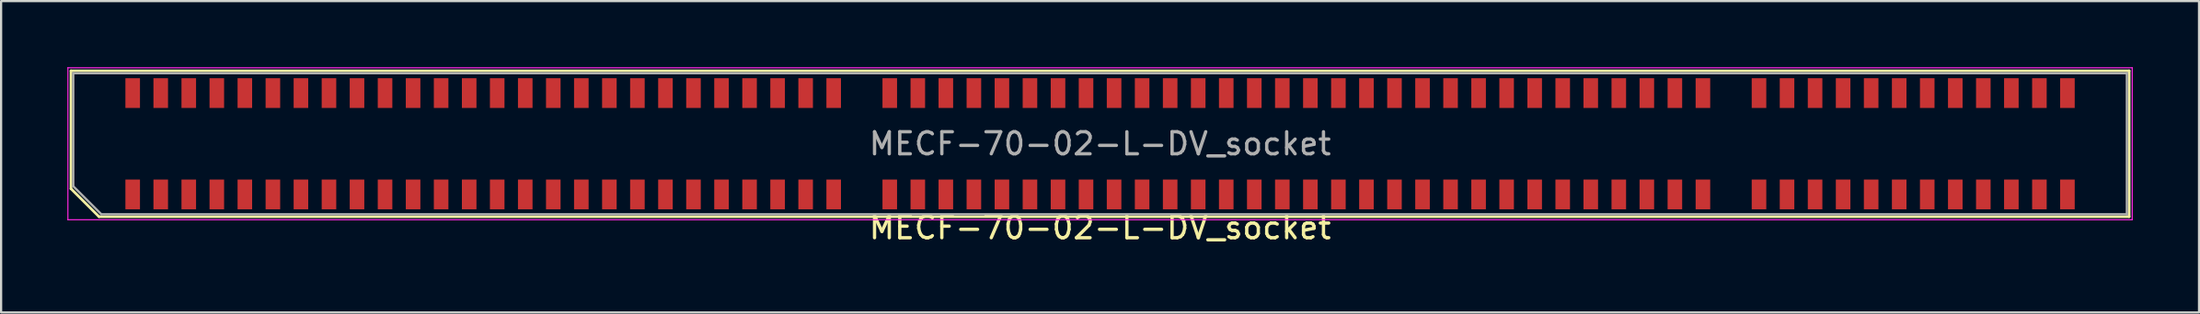
<source format=kicad_pcb>
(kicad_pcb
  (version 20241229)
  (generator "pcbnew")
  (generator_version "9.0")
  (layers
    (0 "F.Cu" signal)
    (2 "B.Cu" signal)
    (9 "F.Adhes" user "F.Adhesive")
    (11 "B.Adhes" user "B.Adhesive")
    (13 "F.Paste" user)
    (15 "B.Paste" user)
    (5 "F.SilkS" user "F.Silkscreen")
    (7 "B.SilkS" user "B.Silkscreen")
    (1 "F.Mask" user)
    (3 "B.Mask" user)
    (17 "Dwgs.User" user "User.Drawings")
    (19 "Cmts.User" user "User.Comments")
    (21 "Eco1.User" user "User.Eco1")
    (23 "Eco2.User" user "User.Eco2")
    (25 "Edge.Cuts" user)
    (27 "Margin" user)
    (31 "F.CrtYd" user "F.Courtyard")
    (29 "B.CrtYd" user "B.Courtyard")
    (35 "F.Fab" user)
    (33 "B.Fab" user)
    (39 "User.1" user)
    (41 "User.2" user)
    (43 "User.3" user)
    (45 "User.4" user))
  (footprint "MECF-70-02-L-DV_socket"
    (layer "F.Cu")
    (at 46.775 3.475)
    (property "Reference" "MECF-70-02-L-DV_socket" (at 0 3.81 0) (layer "F.SilkS") (effects (font (size 1 1) (thickness 0.15))))
    (attr smd)
    (fp_line (start -46.61 -3.31) (end 46.61 -3.31) (stroke (width 0.12) (type solid)) (layer "F.SilkS"))
    (fp_line (start -46.61 2.04) (end -46.61 -3.31) (stroke (width 0.12) (type solid)) (layer "F.SilkS"))
    (fp_line (start -45.34 3.31) (end -46.61 2.04) (stroke (width 0.12) (type solid)) (layer "F.SilkS"))
    (fp_line (start -45.34 3.31) (end 46.61 3.31) (stroke (width 0.12) (type solid)) (layer "F.SilkS"))
    (fp_line (start 46.61 3.31) (end 46.61 -3.31) (stroke (width 0.12) (type solid)) (layer "F.SilkS"))
    (fp_line (start -46.75 -3.45) (end -46.75 3.45) (stroke (width 0.05) (type solid)) (layer "F.CrtYd"))
    (fp_line (start -46.75 3.45) (end 46.75 3.45) (stroke (width 0.05) (type solid)) (layer "F.CrtYd"))
    (fp_line (start 46.75 -3.45) (end -46.75 -3.45) (stroke (width 0.05) (type solid)) (layer "F.CrtYd"))
    (fp_line (start 46.75 3.45) (end 46.75 -3.45) (stroke (width 0.05) (type solid)) (layer "F.CrtYd"))
    (fp_line (start -46.505 -3.2) (end 46.505 -3.2) (stroke (width 0.1) (type solid)) (layer "F.Fab"))
    (fp_line (start -46.505 1.93) (end -46.505 -3.2) (stroke (width 0.1) (type solid)) (layer "F.Fab"))
    (fp_line (start -46.505 1.93) (end -45.235 3.2) (stroke (width 0.1) (type solid)) (layer "F.Fab"))
    (fp_line (start -45.235 3.2) (end 46.505 3.2) (stroke (width 0.1) (type solid)) (layer "F.Fab"))
    (fp_line (start 46.505 3.2) (end 46.505 -3.2) (stroke (width 0.1) (type solid)) (layer "F.Fab"))
    (fp_text user "${REFERENCE}" (at 0 0 0) (layer "F.Fab") (effects (font (size 1 1) (thickness 0.15))))
    (pad "" np_thru_hole circle (at -45.595 0) (size 0.001 0.001) (drill 1.45) (layers "*.Cu" "*.Mask"))
    (pad "" np_thru_hole circle (at 45.595 1) (size 0.001 0.001) (drill 1.45) (layers "*.Cu" "*.Mask"))
    (pad "1" smd rect (at -43.815 2.3) (size 0.66 1.35) (layers "F.Cu" "F.Mask" "F.Paste"))
    (pad "2" smd rect (at -43.815 -2.3) (size 0.66 1.35) (layers "F.Cu" "F.Mask" "F.Paste"))
    (pad "3" smd rect (at -42.545 2.3) (size 0.66 1.35) (layers "F.Cu" "F.Mask" "F.Paste"))
    (pad "4" smd rect (at -42.545 -2.3) (size 0.66 1.35) (layers "F.Cu" "F.Mask" "F.Paste"))
    (pad "5" smd rect (at -41.275 2.3) (size 0.66 1.35) (layers "F.Cu" "F.Mask" "F.Paste"))
    (pad "6" smd rect (at -41.275 -2.3) (size 0.66 1.35) (layers "F.Cu" "F.Mask" "F.Paste"))
    (pad "7" smd rect (at -40.005 2.3) (size 0.66 1.35) (layers "F.Cu" "F.Mask" "F.Paste"))
    (pad "8" smd rect (at -40.005 -2.3) (size 0.66 1.35) (layers "F.Cu" "F.Mask" "F.Paste"))
    (pad "9" smd rect (at -38.735 2.3) (size 0.66 1.35) (layers "F.Cu" "F.Mask" "F.Paste"))
    (pad "10" smd rect (at -38.735 -2.3) (size 0.66 1.35) (layers "F.Cu" "F.Mask" "F.Paste"))
    (pad "11" smd rect (at -37.465 2.3) (size 0.66 1.35) (layers "F.Cu" "F.Mask" "F.Paste"))
    (pad "12" smd rect (at -37.465 -2.3) (size 0.66 1.35) (layers "F.Cu" "F.Mask" "F.Paste"))
    (pad "13" smd rect (at -36.195 2.3) (size 0.66 1.35) (layers "F.Cu" "F.Mask" "F.Paste"))
    (pad "14" smd rect (at -36.195 -2.3) (size 0.66 1.35) (layers "F.Cu" "F.Mask" "F.Paste"))
    (pad "15" smd rect (at -34.925 2.3) (size 0.66 1.35) (layers "F.Cu" "F.Mask" "F.Paste"))
    (pad "16" smd rect (at -34.925 -2.3) (size 0.66 1.35) (layers "F.Cu" "F.Mask" "F.Paste"))
    (pad "17" smd rect (at -33.655 2.3) (size 0.66 1.35) (layers "F.Cu" "F.Mask" "F.Paste"))
    (pad "18" smd rect (at -33.655 -2.3) (size 0.66 1.35) (layers "F.Cu" "F.Mask" "F.Paste"))
    (pad "19" smd rect (at -32.385 2.3) (size 0.66 1.35) (layers "F.Cu" "F.Mask" "F.Paste"))
    (pad "20" smd rect (at -32.385 -2.3) (size 0.66 1.35) (layers "F.Cu" "F.Mask" "F.Paste"))
    (pad "21" smd rect (at -31.115 2.3) (size 0.66 1.35) (layers "F.Cu" "F.Mask" "F.Paste"))
    (pad "22" smd rect (at -31.115 -2.3) (size 0.66 1.35) (layers "F.Cu" "F.Mask" "F.Paste"))
    (pad "23" smd rect (at -29.845 2.3) (size 0.66 1.35) (layers "F.Cu" "F.Mask" "F.Paste"))
    (pad "24" smd rect (at -29.845 -2.3) (size 0.66 1.35) (layers "F.Cu" "F.Mask" "F.Paste"))
    (pad "25" smd rect (at -28.575 2.3) (size 0.66 1.35) (layers "F.Cu" "F.Mask" "F.Paste"))
    (pad "26" smd rect (at -28.575 -2.3) (size 0.66 1.35) (layers "F.Cu" "F.Mask" "F.Paste"))
    (pad "27" smd rect (at -27.305 2.3) (size 0.66 1.35) (layers "F.Cu" "F.Mask" "F.Paste"))
    (pad "28" smd rect (at -27.305 -2.3) (size 0.66 1.35) (layers "F.Cu" "F.Mask" "F.Paste"))
    (pad "29" smd rect (at -26.035 2.3) (size 0.66 1.35) (layers "F.Cu" "F.Mask" "F.Paste"))
    (pad "30" smd rect (at -26.035 -2.3) (size 0.66 1.35) (layers "F.Cu" "F.Mask" "F.Paste"))
    (pad "31" smd rect (at -24.765 2.3) (size 0.66 1.35) (layers "F.Cu" "F.Mask" "F.Paste"))
    (pad "32" smd rect (at -24.765 -2.3) (size 0.66 1.35) (layers "F.Cu" "F.Mask" "F.Paste"))
    (pad "33" smd rect (at -23.495 2.3) (size 0.66 1.35) (layers "F.Cu" "F.Mask" "F.Paste"))
    (pad "34" smd rect (at -23.495 -2.3) (size 0.66 1.35) (layers "F.Cu" "F.Mask" "F.Paste"))
    (pad "35" smd rect (at -22.225 2.3) (size 0.66 1.35) (layers "F.Cu" "F.Mask" "F.Paste"))
    (pad "36" smd rect (at -22.225 -2.3) (size 0.66 1.35) (layers "F.Cu" "F.Mask" "F.Paste"))
    (pad "37" smd rect (at -20.955 2.3) (size 0.66 1.35) (layers "F.Cu" "F.Mask" "F.Paste"))
    (pad "38" smd rect (at -20.955 -2.3) (size 0.66 1.35) (layers "F.Cu" "F.Mask" "F.Paste"))
    (pad "39" smd rect (at -19.685 2.3) (size 0.66 1.35) (layers "F.Cu" "F.Mask" "F.Paste"))
    (pad "40" smd rect (at -19.685 -2.3) (size 0.66 1.35) (layers "F.Cu" "F.Mask" "F.Paste"))
    (pad "41" smd rect (at -18.415 2.3) (size 0.66 1.35) (layers "F.Cu" "F.Mask" "F.Paste"))
    (pad "42" smd rect (at -18.415 -2.3) (size 0.66 1.35) (layers "F.Cu" "F.Mask" "F.Paste"))
    (pad "43" smd rect (at -17.145 2.3) (size 0.66 1.35) (layers "F.Cu" "F.Mask" "F.Paste"))
    (pad "44" smd rect (at -17.145 -2.3) (size 0.66 1.35) (layers "F.Cu" "F.Mask" "F.Paste"))
    (pad "45" smd rect (at -15.875 2.3) (size 0.66 1.35) (layers "F.Cu" "F.Mask" "F.Paste"))
    (pad "46" smd rect (at -15.875 -2.3) (size 0.66 1.35) (layers "F.Cu" "F.Mask" "F.Paste"))
    (pad "47" smd rect (at -14.605 2.3) (size 0.66 1.35) (layers "F.Cu" "F.Mask" "F.Paste"))
    (pad "48" smd rect (at -14.605 -2.3) (size 0.66 1.35) (layers "F.Cu" "F.Mask" "F.Paste"))
    (pad "49" smd rect (at -13.335 2.3) (size 0.66 1.35) (layers "F.Cu" "F.Mask" "F.Paste"))
    (pad "50" smd rect (at -13.335 -2.3) (size 0.66 1.35) (layers "F.Cu" "F.Mask" "F.Paste"))
    (pad "51" smd rect (at -12.065 2.3) (size 0.66 1.35) (layers "F.Cu" "F.Mask" "F.Paste"))
    (pad "52" smd rect (at -12.065 -2.3) (size 0.66 1.35) (layers "F.Cu" "F.Mask" "F.Paste"))
    (pad "55" smd rect (at -9.525 2.3) (size 0.66 1.35) (layers "F.Cu" "F.Mask" "F.Paste"))
    (pad "56" smd rect (at -9.525 -2.3) (size 0.66 1.35) (layers "F.Cu" "F.Mask" "F.Paste"))
    (pad "57" smd rect (at -8.255 2.3) (size 0.66 1.35) (layers "F.Cu" "F.Mask" "F.Paste"))
    (pad "58" smd rect (at -8.255 -2.3) (size 0.66 1.35) (layers "F.Cu" "F.Mask" "F.Paste"))
    (pad "59" smd rect (at -6.985 2.3) (size 0.66 1.35) (layers "F.Cu" "F.Mask" "F.Paste"))
    (pad "60" smd rect (at -6.985 -2.3) (size 0.66 1.35) (layers "F.Cu" "F.Mask" "F.Paste"))
    (pad "61" smd rect (at -5.715 2.3) (size 0.66 1.35) (layers "F.Cu" "F.Mask" "F.Paste"))
    (pad "62" smd rect (at -5.715 -2.3) (size 0.66 1.35) (layers "F.Cu" "F.Mask" "F.Paste"))
    (pad "63" smd rect (at -4.445 2.3) (size 0.66 1.35) (layers "F.Cu" "F.Mask" "F.Paste"))
    (pad "64" smd rect (at -4.445 -2.3) (size 0.66 1.35) (layers "F.Cu" "F.Mask" "F.Paste"))
    (pad "65" smd rect (at -3.175 2.3) (size 0.66 1.35) (layers "F.Cu" "F.Mask" "F.Paste"))
    (pad "66" smd rect (at -3.175 -2.3) (size 0.66 1.35) (layers "F.Cu" "F.Mask" "F.Paste"))
    (pad "67" smd rect (at -1.905 2.3) (size 0.66 1.35) (layers "F.Cu" "F.Mask" "F.Paste"))
    (pad "68" smd rect (at -1.905 -2.3) (size 0.66 1.35) (layers "F.Cu" "F.Mask" "F.Paste"))
    (pad "69" smd rect (at -0.635 2.3) (size 0.66 1.35) (layers "F.Cu" "F.Mask" "F.Paste"))
    (pad "70" smd rect (at -0.635 -2.3) (size 0.66 1.35) (layers "F.Cu" "F.Mask" "F.Paste"))
    (pad "71" smd rect (at 0.635 2.3) (size 0.66 1.35) (layers "F.Cu" "F.Mask" "F.Paste"))
    (pad "72" smd rect (at 0.635 -2.3) (size 0.66 1.35) (layers "F.Cu" "F.Mask" "F.Paste"))
    (pad "73" smd rect (at 1.905 2.3) (size 0.66 1.35) (layers "F.Cu" "F.Mask" "F.Paste"))
    (pad "74" smd rect (at 1.905 -2.3) (size 0.66 1.35) (layers "F.Cu" "F.Mask" "F.Paste"))
    (pad "75" smd rect (at 3.175 2.3) (size 0.66 1.35) (layers "F.Cu" "F.Mask" "F.Paste"))
    (pad "76" smd rect (at 3.175 -2.3) (size 0.66 1.35) (layers "F.Cu" "F.Mask" "F.Paste"))
    (pad "77" smd rect (at 4.445 2.3) (size 0.66 1.35) (layers "F.Cu" "F.Mask" "F.Paste"))
    (pad "78" smd rect (at 4.445 -2.3) (size 0.66 1.35) (layers "F.Cu" "F.Mask" "F.Paste"))
    (pad "79" smd rect (at 5.715 2.3) (size 0.66 1.35) (layers "F.Cu" "F.Mask" "F.Paste"))
    (pad "80" smd rect (at 5.715 -2.3) (size 0.66 1.35) (layers "F.Cu" "F.Mask" "F.Paste"))
    (pad "81" smd rect (at 6.985 2.3) (size 0.66 1.35) (layers "F.Cu" "F.Mask" "F.Paste"))
    (pad "82" smd rect (at 6.985 -2.3) (size 0.66 1.35) (layers "F.Cu" "F.Mask" "F.Paste"))
    (pad "83" smd rect (at 8.255 2.3) (size 0.66 1.35) (layers "F.Cu" "F.Mask" "F.Paste"))
    (pad "84" smd rect (at 8.255 -2.3) (size 0.66 1.35) (layers "F.Cu" "F.Mask" "F.Paste"))
    (pad "85" smd rect (at 9.525 2.3) (size 0.66 1.35) (layers "F.Cu" "F.Mask" "F.Paste"))
    (pad "86" smd rect (at 9.525 -2.3) (size 0.66 1.35) (layers "F.Cu" "F.Mask" "F.Paste"))
    (pad "87" smd rect (at 10.795 2.3) (size 0.66 1.35) (layers "F.Cu" "F.Mask" "F.Paste"))
    (pad "88" smd rect (at 10.795 -2.3) (size 0.66 1.35) (layers "F.Cu" "F.Mask" "F.Paste"))
    (pad "89" smd rect (at 12.065 2.3) (size 0.66 1.35) (layers "F.Cu" "F.Mask" "F.Paste"))
    (pad "90" smd rect (at 12.065 -2.3) (size 0.66 1.35) (layers "F.Cu" "F.Mask" "F.Paste"))
    (pad "91" smd rect (at 13.335 2.3) (size 0.66 1.35) (layers "F.Cu" "F.Mask" "F.Paste"))
    (pad "92" smd rect (at 13.335 -2.3) (size 0.66 1.35) (layers "F.Cu" "F.Mask" "F.Paste"))
    (pad "93" smd rect (at 14.605 2.3) (size 0.66 1.35) (layers "F.Cu" "F.Mask" "F.Paste"))
    (pad "94" smd rect (at 14.605 -2.3) (size 0.66 1.35) (layers "F.Cu" "F.Mask" "F.Paste"))
    (pad "95" smd rect (at 15.875 2.3) (size 0.66 1.35) (layers "F.Cu" "F.Mask" "F.Paste"))
    (pad "96" smd rect (at 15.875 -2.3) (size 0.66 1.35) (layers "F.Cu" "F.Mask" "F.Paste"))
    (pad "97" smd rect (at 17.145 2.3) (size 0.66 1.35) (layers "F.Cu" "F.Mask" "F.Paste"))
    (pad "98" smd rect (at 17.145 -2.3) (size 0.66 1.35) (layers "F.Cu" "F.Mask" "F.Paste"))
    (pad "99" smd rect (at 18.415 2.3) (size 0.66 1.35) (layers "F.Cu" "F.Mask" "F.Paste"))
    (pad "100" smd rect (at 18.415 -2.3) (size 0.66 1.35) (layers "F.Cu" "F.Mask" "F.Paste"))
    (pad "101" smd rect (at 19.685 2.3) (size 0.66 1.35) (layers "F.Cu" "F.Mask" "F.Paste"))
    (pad "102" smd rect (at 19.685 -2.3) (size 0.66 1.35) (layers "F.Cu" "F.Mask" "F.Paste"))
    (pad "103" smd rect (at 20.955 2.3) (size 0.66 1.35) (layers "F.Cu" "F.Mask" "F.Paste"))
    (pad "104" smd rect (at 20.955 -2.3) (size 0.66 1.35) (layers "F.Cu" "F.Mask" "F.Paste"))
    (pad "105" smd rect (at 22.225 2.3) (size 0.66 1.35) (layers "F.Cu" "F.Mask" "F.Paste"))
    (pad "106" smd rect (at 22.225 -2.3) (size 0.66 1.35) (layers "F.Cu" "F.Mask" "F.Paste"))
    (pad "107" smd rect (at 23.495 2.3) (size 0.66 1.35) (layers "F.Cu" "F.Mask" "F.Paste"))
    (pad "108" smd rect (at 23.495 -2.3) (size 0.66 1.35) (layers "F.Cu" "F.Mask" "F.Paste"))
    (pad "109" smd rect (at 24.765 2.3) (size 0.66 1.35) (layers "F.Cu" "F.Mask" "F.Paste"))
    (pad "110" smd rect (at 24.765 -2.3) (size 0.66 1.35) (layers "F.Cu" "F.Mask" "F.Paste"))
    (pad "111" smd rect (at 26.035 2.3) (size 0.66 1.35) (layers "F.Cu" "F.Mask" "F.Paste"))
    (pad "112" smd rect (at 26.035 -2.3) (size 0.66 1.35) (layers "F.Cu" "F.Mask" "F.Paste"))
    (pad "113" smd rect (at 27.305 2.3) (size 0.66 1.35) (layers "F.Cu" "F.Mask" "F.Paste"))
    (pad "114" smd rect (at 27.305 -2.3) (size 0.66 1.35) (layers "F.Cu" "F.Mask" "F.Paste"))
    (pad "117" smd rect (at 29.845 2.3) (size 0.66 1.35) (layers "F.Cu" "F.Mask" "F.Paste"))
    (pad "118" smd rect (at 29.845 -2.3) (size 0.66 1.35) (layers "F.Cu" "F.Mask" "F.Paste"))
    (pad "119" smd rect (at 31.115 2.3) (size 0.66 1.35) (layers "F.Cu" "F.Mask" "F.Paste"))
    (pad "120" smd rect (at 31.115 -2.3) (size 0.66 1.35) (layers "F.Cu" "F.Mask" "F.Paste"))
    (pad "121" smd rect (at 32.385 2.3) (size 0.66 1.35) (layers "F.Cu" "F.Mask" "F.Paste"))
    (pad "122" smd rect (at 32.385 -2.3) (size 0.66 1.35) (layers "F.Cu" "F.Mask" "F.Paste"))
    (pad "123" smd rect (at 33.655 2.3) (size 0.66 1.35) (layers "F.Cu" "F.Mask" "F.Paste"))
    (pad "124" smd rect (at 33.655 -2.3) (size 0.66 1.35) (layers "F.Cu" "F.Mask" "F.Paste"))
    (pad "125" smd rect (at 34.925 2.3) (size 0.66 1.35) (layers "F.Cu" "F.Mask" "F.Paste"))
    (pad "126" smd rect (at 34.925 -2.3) (size 0.66 1.35) (layers "F.Cu" "F.Mask" "F.Paste"))
    (pad "127" smd rect (at 36.195 2.3) (size 0.66 1.35) (layers "F.Cu" "F.Mask" "F.Paste"))
    (pad "128" smd rect (at 36.195 -2.3) (size 0.66 1.35) (layers "F.Cu" "F.Mask" "F.Paste"))
    (pad "129" smd rect (at 37.465 2.3) (size 0.66 1.35) (layers "F.Cu" "F.Mask" "F.Paste"))
    (pad "130" smd rect (at 37.465 -2.3) (size 0.66 1.35) (layers "F.Cu" "F.Mask" "F.Paste"))
    (pad "131" smd rect (at 38.735 2.3) (size 0.66 1.35) (layers "F.Cu" "F.Mask" "F.Paste"))
    (pad "132" smd rect (at 38.735 -2.3) (size 0.66 1.35) (layers "F.Cu" "F.Mask" "F.Paste"))
    (pad "133" smd rect (at 40.005 2.3) (size 0.66 1.35) (layers "F.Cu" "F.Mask" "F.Paste"))
    (pad "134" smd rect (at 40.005 -2.3) (size 0.66 1.35) (layers "F.Cu" "F.Mask" "F.Paste"))
    (pad "135" smd rect (at 41.275 2.3) (size 0.66 1.35) (layers "F.Cu" "F.Mask" "F.Paste"))
    (pad "136" smd rect (at 41.275 -2.3) (size 0.66 1.35) (layers "F.Cu" "F.Mask" "F.Paste"))
    (pad "137" smd rect (at 42.545 2.3) (size 0.66 1.35) (layers "F.Cu" "F.Mask" "F.Paste"))
    (pad "138" smd rect (at 42.545 -2.3) (size 0.66 1.35) (layers "F.Cu" "F.Mask" "F.Paste"))
    (pad "139" smd rect (at 43.815 2.3) (size 0.66 1.35) (layers "F.Cu" "F.Mask" "F.Paste"))
    (pad "140" smd rect (at 43.815 -2.3) (size 0.66 1.35) (layers "F.Cu" "F.Mask" "F.Paste")))
  (gr_rect
    (start -3 -3)
    (end 96.55 11.133)
    (stroke (width 0.1) (type default))
    (fill no)
    (layer "Edge.Cuts")))
</source>
